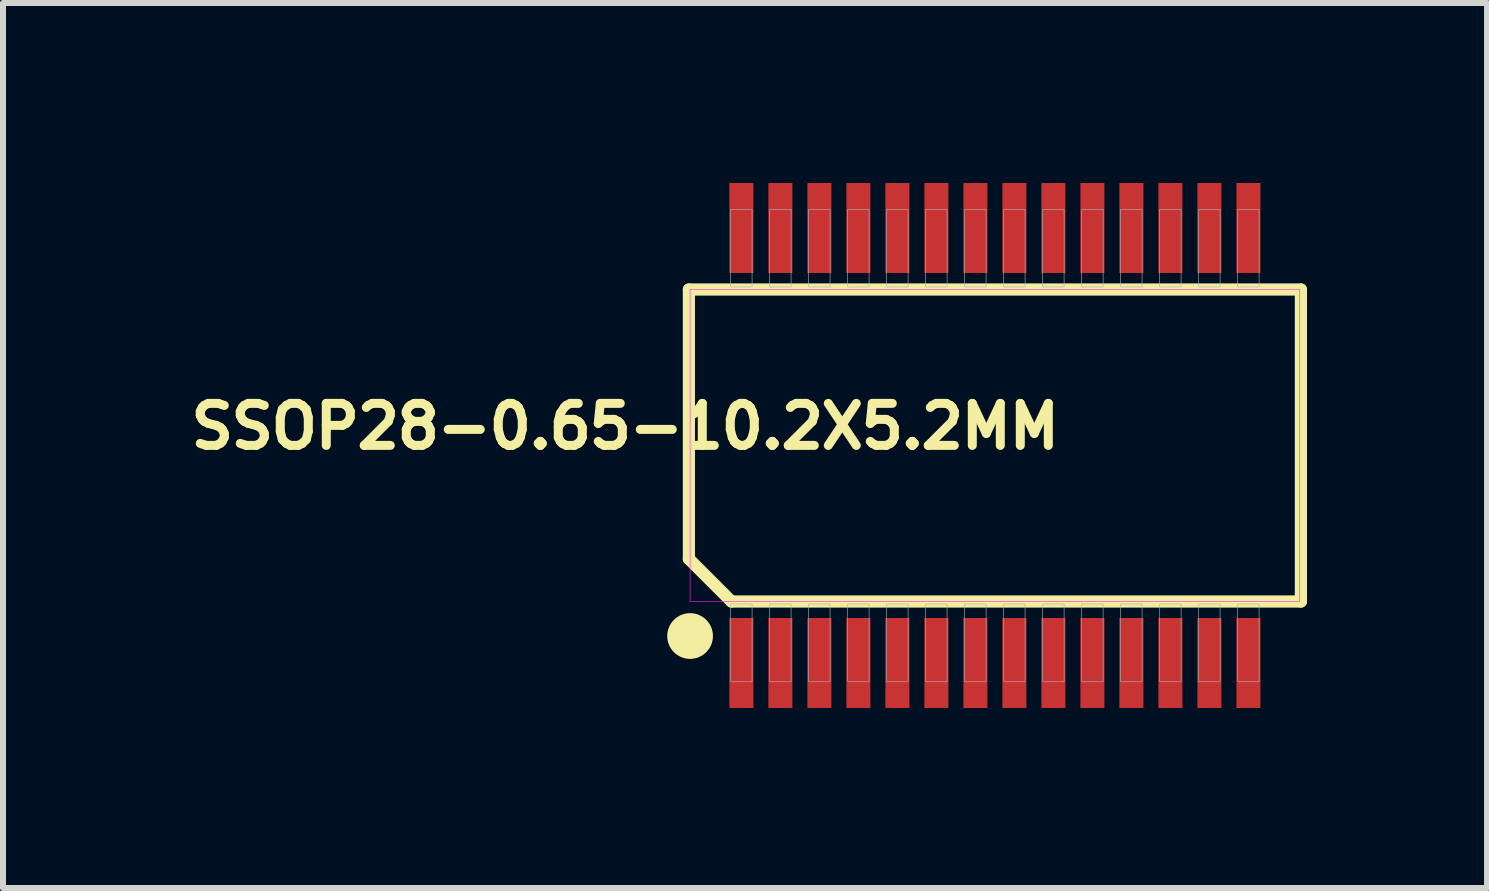
<source format=kicad_pcb>
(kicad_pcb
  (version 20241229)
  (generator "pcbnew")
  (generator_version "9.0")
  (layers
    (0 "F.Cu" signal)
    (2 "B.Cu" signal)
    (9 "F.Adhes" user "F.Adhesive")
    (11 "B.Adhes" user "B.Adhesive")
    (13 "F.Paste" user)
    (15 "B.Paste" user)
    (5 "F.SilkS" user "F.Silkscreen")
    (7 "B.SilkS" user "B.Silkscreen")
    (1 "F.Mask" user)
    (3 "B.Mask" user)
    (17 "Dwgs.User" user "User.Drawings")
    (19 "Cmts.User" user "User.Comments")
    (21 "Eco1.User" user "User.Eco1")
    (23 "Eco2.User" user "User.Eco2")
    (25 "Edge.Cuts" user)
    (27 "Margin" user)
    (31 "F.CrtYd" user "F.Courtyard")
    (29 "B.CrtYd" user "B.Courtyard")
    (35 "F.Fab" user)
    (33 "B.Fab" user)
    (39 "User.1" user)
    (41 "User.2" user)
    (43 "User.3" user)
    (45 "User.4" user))
  (footprint "SSOP28-0.65-10.2X5.2MM"
    (layer "F.Cu")
    (at 13.531 4.375)
    (property "Reference" "SSOP28-0.65-10.2X5.2MM" (at -6.16 -0.318 180) (layer "F.SilkS") (effects (font (size 0.7 0.7) (thickness 0.15))))
    (attr smd)
    (fp_line (start -5.1 -2.6) (end -5.1 1.89) (stroke (width 0.203) (type solid)) (layer "F.SilkS"))
    (fp_line (start -5.1 1.89) (end -4.39 2.6) (stroke (width 0.203) (type solid)) (layer "F.SilkS"))
    (fp_line (start -4.39 2.6) (end 5.1 2.6) (stroke (width 0.203) (type solid)) (layer "F.SilkS"))
    (fp_line (start 5.1 -2.6) (end -5.1 -2.6) (stroke (width 0.203) (type solid)) (layer "F.SilkS"))
    (fp_line (start 5.1 2.6) (end 5.1 -2.6) (stroke (width 0.203) (type solid)) (layer "F.SilkS"))
    (fp_circle (center -5.08 3.175) (end -4.699 3.175) (stroke (width 0) (type solid)) (fill yes) (layer "F.SilkS"))
    (fp_poly (pts (xy -5.08 -2.6) (xy 5.08 -2.6) (xy 5.08 2.6) (xy -5.08 2.6)) (stroke (width 0.01) (type solid)) (fill no) (layer "F.CrtYd"))
    (fp_poly (pts (xy -4.403 -3.937) (xy -4.047 -3.937) (xy -4.047 -2.642) (xy -4.403 -2.642)) (stroke (width 0.01) (type solid)) (fill no) (layer "F.Fab"))
    (fp_poly (pts (xy -4.403 2.642) (xy -4.047 2.642) (xy -4.047 3.937) (xy -4.403 3.937)) (stroke (width 0.01) (type solid)) (fill no) (layer "F.Fab"))
    (fp_poly (pts (xy -3.753 -3.937) (xy -3.397 -3.937) (xy -3.397 -2.642) (xy -3.753 -2.642)) (stroke (width 0.01) (type solid)) (fill no) (layer "F.Fab"))
    (fp_poly (pts (xy -3.753 2.642) (xy -3.397 2.642) (xy -3.397 3.937) (xy -3.753 3.937)) (stroke (width 0.01) (type solid)) (fill no) (layer "F.Fab"))
    (fp_poly (pts (xy -3.103 -3.937) (xy -2.747 -3.937) (xy -2.747 -2.642) (xy -3.103 -2.642)) (stroke (width 0.01) (type solid)) (fill no) (layer "F.Fab"))
    (fp_poly (pts (xy -3.103 2.642) (xy -2.747 2.642) (xy -2.747 3.937) (xy -3.103 3.937)) (stroke (width 0.01) (type solid)) (fill no) (layer "F.Fab"))
    (fp_poly (pts (xy -2.453 -3.937) (xy -2.097 -3.937) (xy -2.097 -2.642) (xy -2.453 -2.642)) (stroke (width 0.01) (type solid)) (fill no) (layer "F.Fab"))
    (fp_poly (pts (xy -2.453 2.642) (xy -2.097 2.642) (xy -2.097 3.937) (xy -2.453 3.937)) (stroke (width 0.01) (type solid)) (fill no) (layer "F.Fab"))
    (fp_poly (pts (xy -1.803 -3.937) (xy -1.447 -3.937) (xy -1.447 -2.642) (xy -1.803 -2.642)) (stroke (width 0.01) (type solid)) (fill no) (layer "F.Fab"))
    (fp_poly (pts (xy -1.803 2.642) (xy -1.447 2.642) (xy -1.447 3.937) (xy -1.803 3.937)) (stroke (width 0.01) (type solid)) (fill no) (layer "F.Fab"))
    (fp_poly (pts (xy -1.153 -3.937) (xy -0.797 -3.937) (xy -0.797 -2.642) (xy -1.153 -2.642)) (stroke (width 0.01) (type solid)) (fill no) (layer "F.Fab"))
    (fp_poly (pts (xy -1.153 2.642) (xy -0.797 2.642) (xy -0.797 3.937) (xy -1.153 3.937)) (stroke (width 0.01) (type solid)) (fill no) (layer "F.Fab"))
    (fp_poly (pts (xy -0.503 -3.937) (xy -0.147 -3.937) (xy -0.147 -2.642) (xy -0.503 -2.642)) (stroke (width 0.01) (type solid)) (fill no) (layer "F.Fab"))
    (fp_poly (pts (xy -0.503 2.642) (xy -0.147 2.642) (xy -0.147 3.937) (xy -0.503 3.937)) (stroke (width 0.01) (type solid)) (fill no) (layer "F.Fab"))
    (fp_poly (pts (xy 0.147 -3.937) (xy 0.503 -3.937) (xy 0.503 -2.642) (xy 0.147 -2.642)) (stroke (width 0.01) (type solid)) (fill no) (layer "F.Fab"))
    (fp_poly (pts (xy 0.147 2.642) (xy 0.503 2.642) (xy 0.503 3.937) (xy 0.147 3.937)) (stroke (width 0.01) (type solid)) (fill no) (layer "F.Fab"))
    (fp_poly (pts (xy 0.797 -3.937) (xy 1.153 -3.937) (xy 1.153 -2.642) (xy 0.797 -2.642)) (stroke (width 0.01) (type solid)) (fill no) (layer "F.Fab"))
    (fp_poly (pts (xy 0.797 2.642) (xy 1.153 2.642) (xy 1.153 3.937) (xy 0.797 3.937)) (stroke (width 0.01) (type solid)) (fill no) (layer "F.Fab"))
    (fp_poly (pts (xy 1.447 -3.937) (xy 1.803 -3.937) (xy 1.803 -2.642) (xy 1.447 -2.642)) (stroke (width 0.01) (type solid)) (fill no) (layer "F.Fab"))
    (fp_poly (pts (xy 1.447 2.642) (xy 1.803 2.642) (xy 1.803 3.937) (xy 1.447 3.937)) (stroke (width 0.01) (type solid)) (fill no) (layer "F.Fab"))
    (fp_poly (pts (xy 2.097 -3.937) (xy 2.453 -3.937) (xy 2.453 -2.642) (xy 2.097 -2.642)) (stroke (width 0.01) (type solid)) (fill no) (layer "F.Fab"))
    (fp_poly (pts (xy 2.097 2.642) (xy 2.453 2.642) (xy 2.453 3.937) (xy 2.097 3.937)) (stroke (width 0.01) (type solid)) (fill no) (layer "F.Fab"))
    (fp_poly (pts (xy 2.747 -3.937) (xy 3.103 -3.937) (xy 3.103 -2.642) (xy 2.747 -2.642)) (stroke (width 0.01) (type solid)) (fill no) (layer "F.Fab"))
    (fp_poly (pts (xy 2.747 2.642) (xy 3.103 2.642) (xy 3.103 3.937) (xy 2.747 3.937)) (stroke (width 0.01) (type solid)) (fill no) (layer "F.Fab"))
    (fp_poly (pts (xy 3.397 -3.937) (xy 3.753 -3.937) (xy 3.753 -2.642) (xy 3.397 -2.642)) (stroke (width 0.01) (type solid)) (fill no) (layer "F.Fab"))
    (fp_poly (pts (xy 3.397 2.642) (xy 3.753 2.642) (xy 3.753 3.937) (xy 3.397 3.937)) (stroke (width 0.01) (type solid)) (fill no) (layer "F.Fab"))
    (fp_poly (pts (xy 4.047 -3.937) (xy 4.403 -3.937) (xy 4.403 -2.642) (xy 4.047 -2.642)) (stroke (width 0.01) (type solid)) (fill no) (layer "F.Fab"))
    (fp_poly (pts (xy 4.047 2.642) (xy 4.403 2.642) (xy 4.403 3.937) (xy 4.047 3.937)) (stroke (width 0.01) (type solid)) (fill no) (layer "F.Fab"))
    (pad "1" smd rect (at -4.225 3.625) (size 0.4 1.5) (layers "F.Cu" "F.Mask" "F.Paste"))
    (pad "2" smd rect (at -3.575 3.625) (size 0.4 1.5) (layers "F.Cu" "F.Mask" "F.Paste"))
    (pad "3" smd rect (at -2.925 3.625) (size 0.4 1.5) (layers "F.Cu" "F.Mask" "F.Paste"))
    (pad "4" smd rect (at -2.275 3.625) (size 0.4 1.5) (layers "F.Cu" "F.Mask" "F.Paste"))
    (pad "5" smd rect (at -1.625 3.625) (size 0.4 1.5) (layers "F.Cu" "F.Mask" "F.Paste"))
    (pad "6" smd rect (at -0.975 3.625) (size 0.4 1.5) (layers "F.Cu" "F.Mask" "F.Paste"))
    (pad "7" smd rect (at -0.325 3.625) (size 0.4 1.5) (layers "F.Cu" "F.Mask" "F.Paste"))
    (pad "8" smd rect (at 0.325 3.625) (size 0.4 1.5) (layers "F.Cu" "F.Mask" "F.Paste"))
    (pad "9" smd rect (at 0.975 3.625) (size 0.4 1.5) (layers "F.Cu" "F.Mask" "F.Paste"))
    (pad "10" smd rect (at 1.625 3.625) (size 0.4 1.5) (layers "F.Cu" "F.Mask" "F.Paste"))
    (pad "11" smd rect (at 2.275 3.625) (size 0.4 1.5) (layers "F.Cu" "F.Mask" "F.Paste"))
    (pad "12" smd rect (at 2.925 3.625) (size 0.4 1.5) (layers "F.Cu" "F.Mask" "F.Paste"))
    (pad "13" smd rect (at 3.575 3.625) (size 0.4 1.5) (layers "F.Cu" "F.Mask" "F.Paste"))
    (pad "14" smd rect (at 4.225 3.625) (size 0.4 1.5) (layers "F.Cu" "F.Mask" "F.Paste"))
    (pad "15" smd rect (at 4.225 -3.625) (size 0.4 1.5) (layers "F.Cu" "F.Mask" "F.Paste"))
    (pad "16" smd rect (at 3.575 -3.625) (size 0.4 1.5) (layers "F.Cu" "F.Mask" "F.Paste"))
    (pad "17" smd rect (at 2.925 -3.625) (size 0.4 1.5) (layers "F.Cu" "F.Mask" "F.Paste"))
    (pad "18" smd rect (at 2.275 -3.625) (size 0.4 1.5) (layers "F.Cu" "F.Mask" "F.Paste"))
    (pad "19" smd rect (at 1.625 -3.625) (size 0.4 1.5) (layers "F.Cu" "F.Mask" "F.Paste"))
    (pad "20" smd rect (at 0.975 -3.625) (size 0.4 1.5) (layers "F.Cu" "F.Mask" "F.Paste"))
    (pad "21" smd rect (at 0.325 -3.625) (size 0.4 1.5) (layers "F.Cu" "F.Mask" "F.Paste"))
    (pad "22" smd rect (at -0.325 -3.625) (size 0.4 1.5) (layers "F.Cu" "F.Mask" "F.Paste"))
    (pad "23" smd rect (at -0.975 -3.625) (size 0.4 1.5) (layers "F.Cu" "F.Mask" "F.Paste"))
    (pad "24" smd rect (at -1.625 -3.625) (size 0.4 1.5) (layers "F.Cu" "F.Mask" "F.Paste"))
    (pad "25" smd rect (at -2.275 -3.625) (size 0.4 1.5) (layers "F.Cu" "F.Mask" "F.Paste"))
    (pad "26" smd rect (at -2.925 -3.625) (size 0.4 1.5) (layers "F.Cu" "F.Mask" "F.Paste"))
    (pad "27" smd rect (at -3.575 -3.625) (size 0.4 1.5) (layers "F.Cu" "F.Mask" "F.Paste"))
    (pad "28" smd rect (at -4.225 -3.625) (size 0.4 1.5) (layers "F.Cu" "F.Mask" "F.Paste")))
  (gr_rect
    (start -3 -3)
    (end 21.733 11.75)
    (stroke (width 0.1) (type default))
    (fill no)
    (layer "Edge.Cuts")))
</source>
